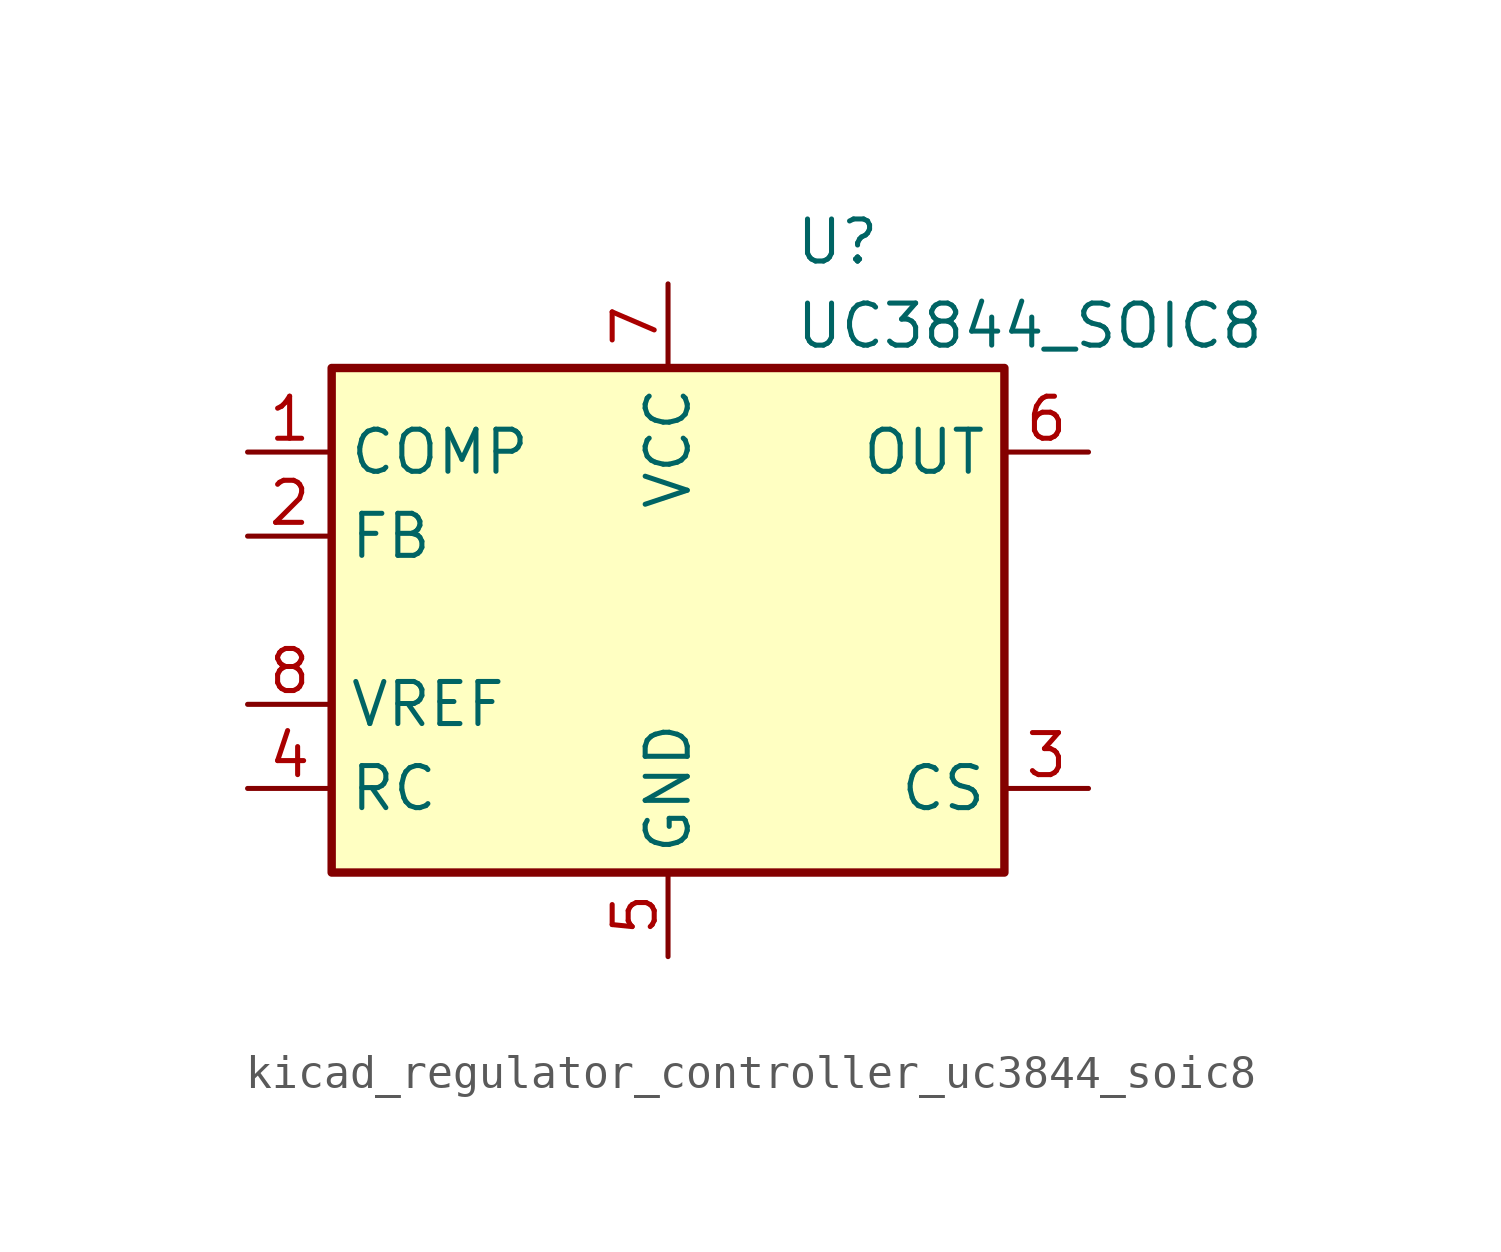
<source format=kicad_sym>
(kicad_symbol_lib
  (version 20220914)
  (generator kicad_symbol_editor)
  (symbol "kicad_regulator_controller_uc3844_soic8"
    (property "Reference" "U"
      (at 3.81 11.43 0)
      (effects (font (size 1.27 1.27)) (justify left)))
    (property "Value" "UC3844_SOIC8"
      (at 3.81 8.89 0)
      (effects (font (size 1.27 1.27)) (justify left)))
    (symbol "kicad_regulator_controller_uc3844_soic8_0_1"
      (rectangle (start -10.16 -7.62) (end 10.16 7.62) (stroke (width 0.254) (type default)) (fill (type background))))
    (symbol "kicad_regulator_controller_uc3844_soic8_1_1"
      (pin passive line (at -12.7 5.08 0) (length 2.54) (name "COMP" (effects (font (size 1.27 1.27)))) (number "1" (effects (font (size 1.27 1.27)))))
      (pin input line (at -12.7 2.54 0) (length 2.54) (name "FB" (effects (font (size 1.27 1.27)))) (number "2" (effects (font (size 1.27 1.27)))))
      (pin input line (at 12.7 -5.08 180) (length 2.54) (name "CS" (effects (font (size 1.27 1.27)))) (number "3" (effects (font (size 1.27 1.27)))))
      (pin passive line (at -12.7 -5.08 0) (length 2.54) (name "RC" (effects (font (size 1.27 1.27)))) (number "4" (effects (font (size 1.27 1.27)))))
      (pin power_in line (at 0 -10.16 90) (length 2.54) (name "GND" (effects (font (size 1.27 1.27)))) (number "5" (effects (font (size 1.27 1.27)))))
      (pin output line (at 12.7 5.08 180) (length 2.54) (name "OUT" (effects (font (size 1.27 1.27)))) (number "6" (effects (font (size 1.27 1.27)))))
      (pin power_in line (at 0 10.16 270) (length 2.54) (name "VCC" (effects (font (size 1.27 1.27)))) (number "7" (effects (font (size 1.27 1.27)))))
      (pin power_out line (at -12.7 -2.54 0) (length 2.54) (name "VREF" (effects (font (size 1.27 1.27)))) (number "8" (effects (font (size 1.27 1.27))))))))
</source>
